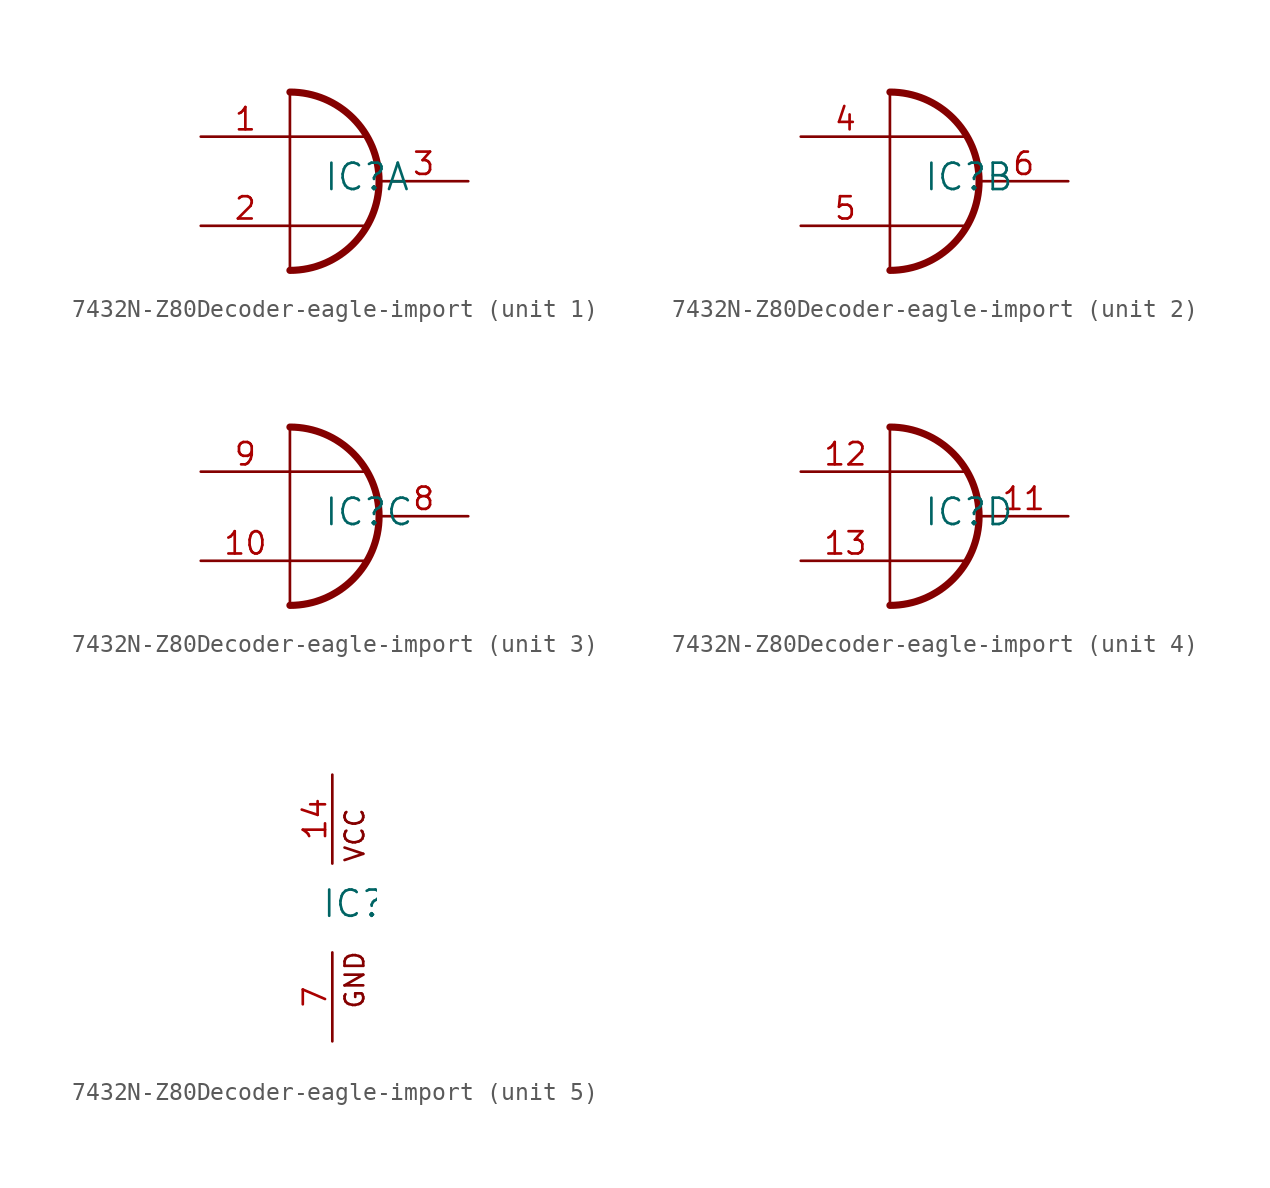
<source format=kicad_sym>
(kicad_symbol_lib
  (version 20220914)
  (generator kicad_symbol_editor)
  (symbol "7432N-Z80Decoder-eagle-import"
    (pin_names
      (offset 1.016))
    (property "Reference" "IC"
      (at -0.635 -0.635 0)
      (effects (font (size 1.499 1.499)) (justify left bottom)))
    (property "ki_locked" ""
      (at 0 0 0)
      (effects (font (size 1.27 1.27))))
    (symbol "7432N-Z80Decoder-eagle-import_1_0"
      (arc (start -2.54 -5.08) (mid 2.5179 0) (end -2.54 5.08) (stroke (width 0.4064) (type solid)) (fill (type none)))
      (polyline (pts (xy -2.54 5.08) (xy -2.54 -5.08)) (stroke (width 0) (type solid)) (fill (type none)))
      (polyline (pts (xy 1.778 -2.54) (xy -2.54 -2.54)) (stroke (width 0) (type solid)) (fill (type none)))
      (polyline (pts (xy 1.778 2.54) (xy -2.54 2.54)) (stroke (width 0) (type solid)) (fill (type none)))
      (pin input line (at -7.62 2.54 0) (length 5.08) (name "I0" (effects (font (size 0 0)))) (number "1" (effects (font (size 1.27 1.27)))))
      (pin input line (at -7.62 -2.54 0) (length 5.08) (name "I1" (effects (font (size 0 0)))) (number "2" (effects (font (size 1.27 1.27)))))
      (pin output line (at 7.62 0 180) (length 5.08) (name "O" (effects (font (size 0 0)))) (number "3" (effects (font (size 1.27 1.27))))))
    (symbol "7432N-Z80Decoder-eagle-import_2_0"
      (arc (start -2.54 -5.08) (mid 2.5179 0) (end -2.54 5.08) (stroke (width 0.4064) (type solid)) (fill (type none)))
      (polyline (pts (xy -2.54 5.08) (xy -2.54 -5.08)) (stroke (width 0) (type solid)) (fill (type none)))
      (polyline (pts (xy 1.778 -2.54) (xy -2.54 -2.54)) (stroke (width 0) (type solid)) (fill (type none)))
      (polyline (pts (xy 1.778 2.54) (xy -2.54 2.54)) (stroke (width 0) (type solid)) (fill (type none)))
      (pin input line (at -7.62 2.54 0) (length 5.08) (name "I0" (effects (font (size 0 0)))) (number "4" (effects (font (size 1.27 1.27)))))
      (pin input line (at -7.62 -2.54 0) (length 5.08) (name "I1" (effects (font (size 0 0)))) (number "5" (effects (font (size 1.27 1.27)))))
      (pin output line (at 7.62 0 180) (length 5.08) (name "O" (effects (font (size 0 0)))) (number "6" (effects (font (size 1.27 1.27))))))
    (symbol "7432N-Z80Decoder-eagle-import_3_0"
      (arc (start -2.54 -5.08) (mid 2.5179 0) (end -2.54 5.08) (stroke (width 0.4064) (type solid)) (fill (type none)))
      (polyline (pts (xy -2.54 5.08) (xy -2.54 -5.08)) (stroke (width 0) (type solid)) (fill (type none)))
      (polyline (pts (xy 1.778 -2.54) (xy -2.54 -2.54)) (stroke (width 0) (type solid)) (fill (type none)))
      (polyline (pts (xy 1.778 2.54) (xy -2.54 2.54)) (stroke (width 0) (type solid)) (fill (type none)))
      (pin input line (at -7.62 -2.54 0) (length 5.08) (name "I1" (effects (font (size 0 0)))) (number "10" (effects (font (size 1.27 1.27)))))
      (pin output line (at 7.62 0 180) (length 5.08) (name "O" (effects (font (size 0 0)))) (number "8" (effects (font (size 1.27 1.27)))))
      (pin input line (at -7.62 2.54 0) (length 5.08) (name "I0" (effects (font (size 0 0)))) (number "9" (effects (font (size 1.27 1.27))))))
    (symbol "7432N-Z80Decoder-eagle-import_4_0"
      (arc (start -2.54 -5.08) (mid 2.5179 0) (end -2.54 5.08) (stroke (width 0.4064) (type solid)) (fill (type none)))
      (polyline (pts (xy -2.54 5.08) (xy -2.54 -5.08)) (stroke (width 0) (type solid)) (fill (type none)))
      (polyline (pts (xy 1.778 -2.54) (xy -2.54 -2.54)) (stroke (width 0) (type solid)) (fill (type none)))
      (polyline (pts (xy 1.778 2.54) (xy -2.54 2.54)) (stroke (width 0) (type solid)) (fill (type none)))
      (pin output line (at 7.62 0 180) (length 5.08) (name "O" (effects (font (size 0 0)))) (number "11" (effects (font (size 1.27 1.27)))))
      (pin input line (at -7.62 2.54 0) (length 5.08) (name "I0" (effects (font (size 0 0)))) (number "12" (effects (font (size 1.27 1.27)))))
      (pin input line (at -7.62 -2.54 0) (length 5.08) (name "I1" (effects (font (size 0 0)))) (number "13" (effects (font (size 1.27 1.27))))))
    (symbol "7432N-Z80Decoder-eagle-import_5_0"
      (text "GND" (at 1.905 -5.842 900) (effects (font (size 1.067 1.067)) (justify left bottom)))
      (text "VCC" (at 1.905 2.54 900) (effects (font (size 1.067 1.067)) (justify left bottom)))
      (pin power_in line (at 0 7.62 270) (length 5.08) (name "VCC" (effects (font (size 0 0)))) (number "14" (effects (font (size 1.27 1.27)))))
      (pin power_in line (at 0 -7.62 90) (length 5.08) (name "GND" (effects (font (size 0 0)))) (number "7" (effects (font (size 1.27 1.27))))))))
</source>
